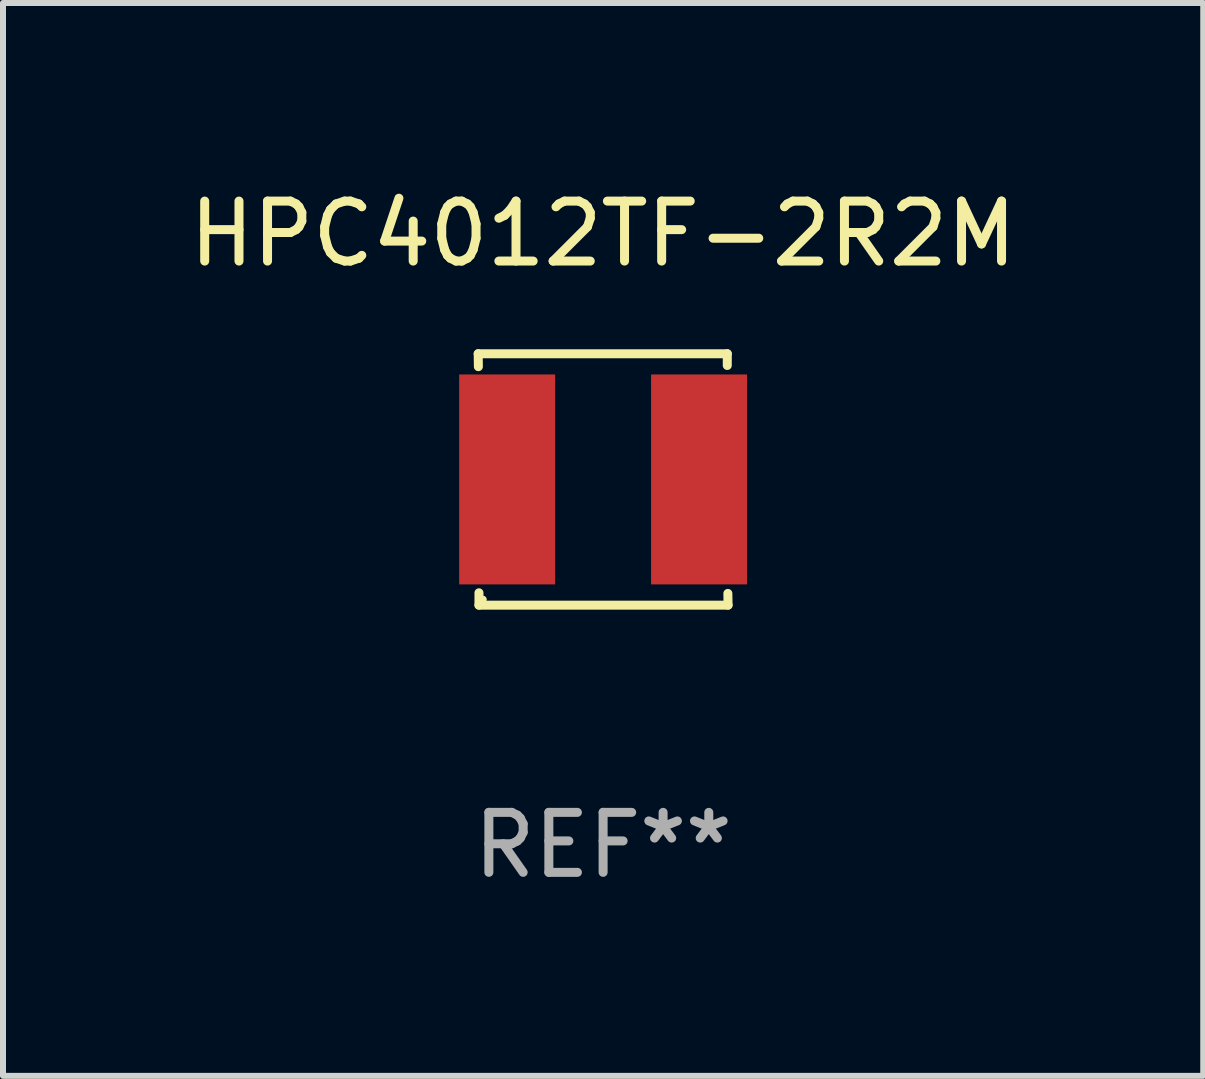
<source format=kicad_pcb>
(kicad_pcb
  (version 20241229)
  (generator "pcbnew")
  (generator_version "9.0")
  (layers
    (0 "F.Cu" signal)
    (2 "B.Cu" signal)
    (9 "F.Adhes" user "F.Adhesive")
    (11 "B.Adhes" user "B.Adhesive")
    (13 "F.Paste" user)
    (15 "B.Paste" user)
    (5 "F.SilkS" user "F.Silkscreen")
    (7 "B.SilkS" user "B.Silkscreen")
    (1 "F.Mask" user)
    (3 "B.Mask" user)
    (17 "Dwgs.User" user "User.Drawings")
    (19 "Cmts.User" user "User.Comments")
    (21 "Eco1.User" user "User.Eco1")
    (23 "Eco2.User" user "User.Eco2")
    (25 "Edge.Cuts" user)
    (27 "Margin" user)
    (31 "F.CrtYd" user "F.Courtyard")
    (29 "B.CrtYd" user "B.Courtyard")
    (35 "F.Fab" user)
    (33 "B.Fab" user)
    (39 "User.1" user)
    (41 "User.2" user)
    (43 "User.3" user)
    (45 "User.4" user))
  (footprint "HPC4012TF-2R2M"
    (layer "F.Cu")
    (at 7.006 4.944)
    (property "Reference" "HPC4012TF-2R2M" (at 0 -4.096 0) (layer "F.SilkS") (effects (font (size 1 1) (thickness 0.15))))
    (attr through_hole)
    (fp_line (start -2.083 -2.096) (end -2.08 -1.88) (stroke (width 0.15) (type solid)) (layer "F.SilkS"))
    (fp_line (start -2.07 1.89) (end -2.07 2.096) (stroke (width 0.15) (type solid)) (layer "F.SilkS"))
    (fp_line (start -2.07 2.096) (end 2.083 2.096) (stroke (width 0.15) (type solid)) (layer "F.SilkS"))
    (fp_line (start 2.07 -1.9) (end 2.07 -2.096) (stroke (width 0.15) (type solid)) (layer "F.SilkS"))
    (fp_line (start 2.07 -2.096) (end -2.083 -2.096) (stroke (width 0.15) (type solid)) (layer "F.SilkS"))
    (fp_line (start 2.083 2.096) (end 2.08 1.9) (stroke (width 0.15) (type solid)) (layer "F.SilkS"))
    (fp_circle (center -2 2) (end -1.97 2) (stroke (width 0.06) (type solid)) (fill no) (layer "F.SilkS"))
    (fp_text user "REF**" (at 0 6.096 0) (layer "F.Fab") (effects (font (size 1 1) (thickness 0.15))))
    (pad "1" smd rect (at -1.6 -0.000343) (size 1.6 3.5) (layers "F.Cu" "F.Mask" "F.Paste"))
    (pad "2" smd rect (at 1.6 -0.000343) (size 1.6 3.5) (layers "F.Cu" "F.Mask" "F.Paste")))
  (gr_rect
    (start -3 -3)
    (end 17.012 14.888)
    (stroke (width 0.1) (type default))
    (fill no)
    (layer "Edge.Cuts")))
</source>
